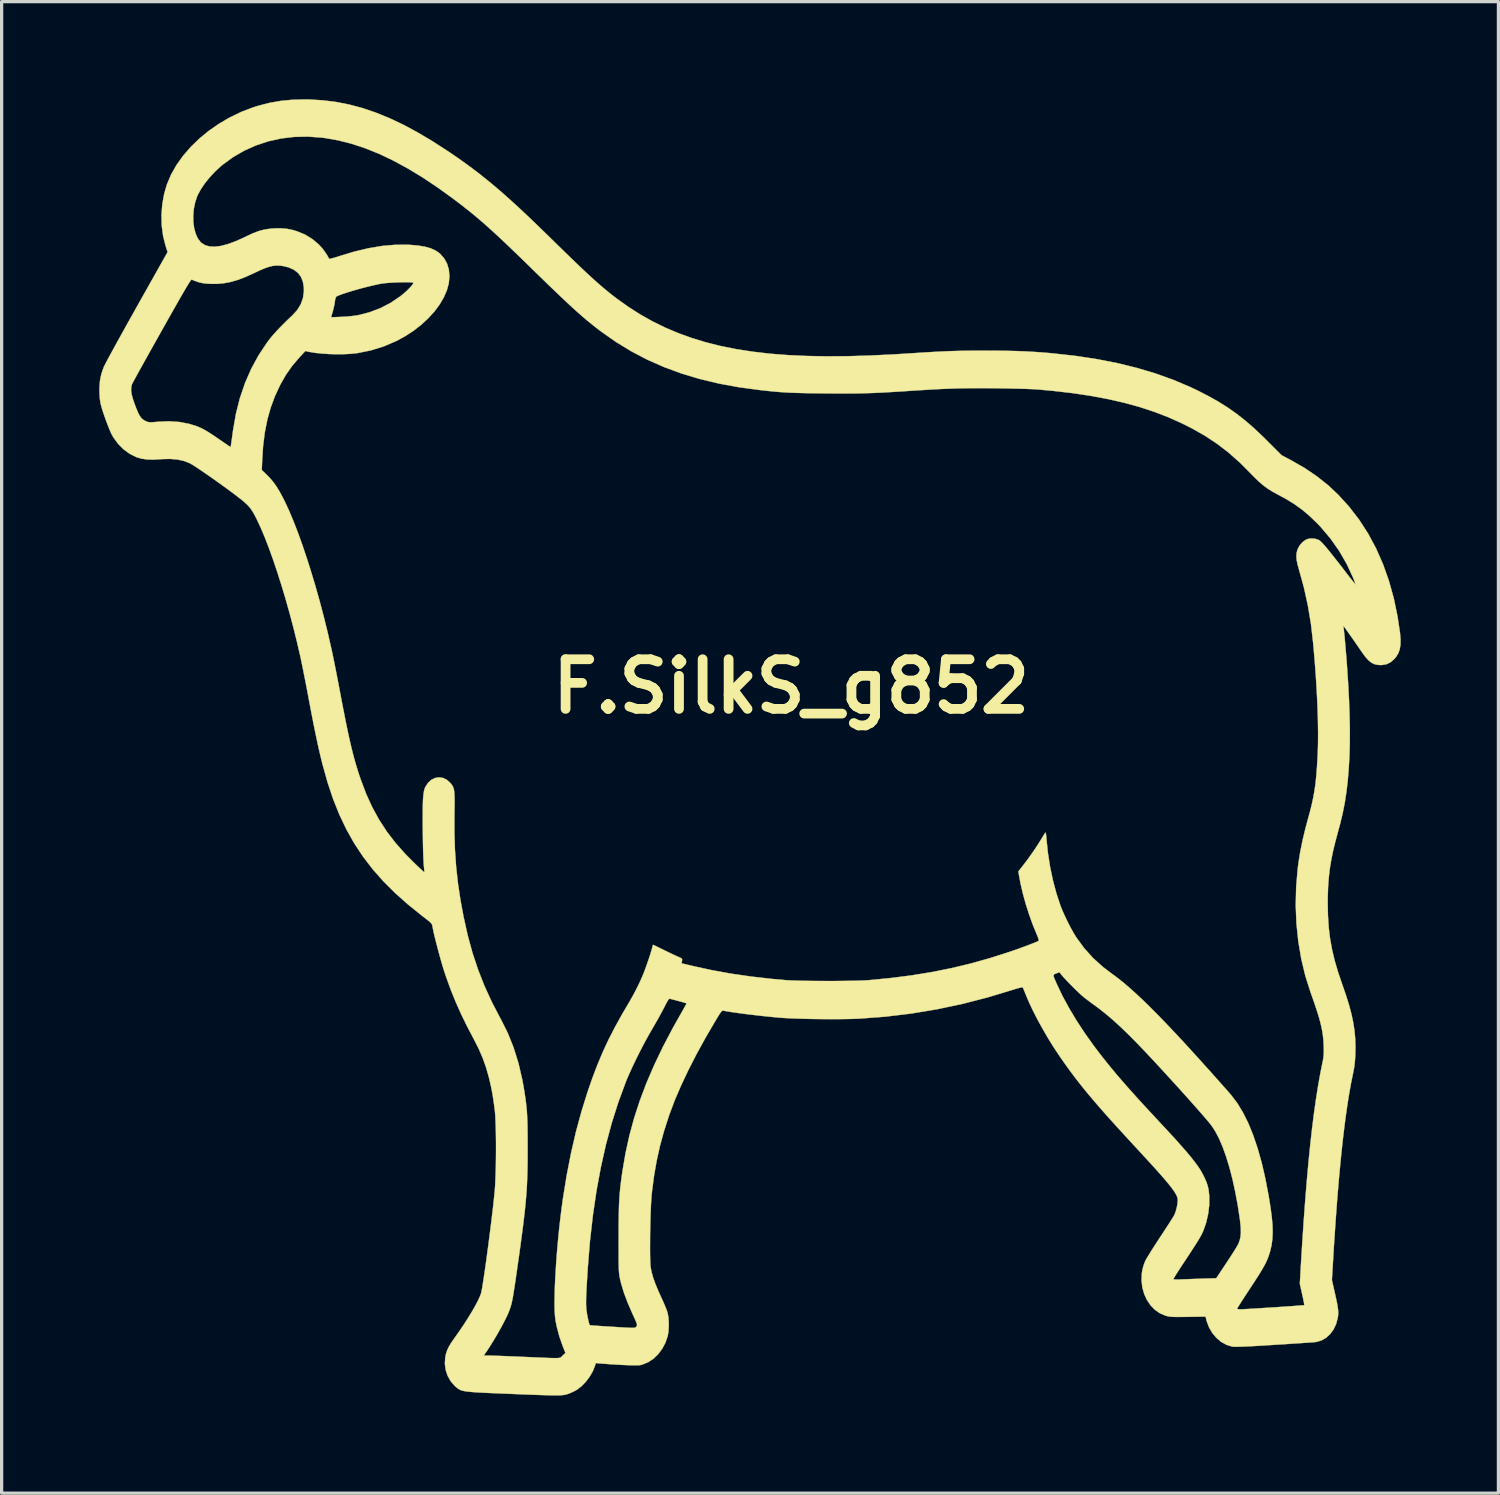
<source format=kicad_pcb>
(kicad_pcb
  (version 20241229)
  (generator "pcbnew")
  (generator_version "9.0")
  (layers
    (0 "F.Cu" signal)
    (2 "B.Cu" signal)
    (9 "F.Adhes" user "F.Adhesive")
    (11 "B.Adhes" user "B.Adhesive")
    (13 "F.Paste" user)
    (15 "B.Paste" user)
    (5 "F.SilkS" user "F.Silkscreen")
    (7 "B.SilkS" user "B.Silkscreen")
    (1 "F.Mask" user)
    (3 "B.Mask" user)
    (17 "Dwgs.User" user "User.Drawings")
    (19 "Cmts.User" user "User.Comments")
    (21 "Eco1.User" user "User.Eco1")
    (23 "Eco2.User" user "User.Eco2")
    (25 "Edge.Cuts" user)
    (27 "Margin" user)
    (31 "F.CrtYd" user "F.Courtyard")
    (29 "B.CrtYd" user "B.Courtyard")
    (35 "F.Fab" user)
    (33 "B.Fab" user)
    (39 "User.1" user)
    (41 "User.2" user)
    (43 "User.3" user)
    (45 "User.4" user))
  (footprint "F.SilkS_g852"
    (layer "F.Cu")
    (at 21.254 18.035)
    (property "Reference" "F.SilkS_g852" (at 0 0 0) (layer "F.SilkS") (effects (font (size 1.524 1.524) (thickness 0.3))))
    (attr through_hole)
    (fp_poly (pts (xy -14.786 -18.028) (xy -14.379 -18.003) (xy -13.975 -17.952) (xy -13.573 -17.873) (xy -13.17 -17.765) (xy -12.763 -17.627) (xy -12.349 -17.459) (xy -11.925 -17.259) (xy -11.489 -17.025) (xy -11.037 -16.758) (xy -10.568 -16.455) (xy -10.47 -16.39) (xy -10.227 -16.223) (xy -9.994 -16.057) (xy -9.767 -15.89) (xy -9.544 -15.719) (xy -9.321 -15.54) (xy -9.094 -15.352) (xy -8.86 -15.151) (xy -8.617 -14.934) (xy -8.36 -14.699) (xy -8.087 -14.443) (xy -7.794 -14.162) (xy -7.477 -13.855) (xy -7.271 -13.652) (xy -7.01 -13.397) (xy -6.775 -13.169) (xy -6.564 -12.966) (xy -6.374 -12.785) (xy -6.201 -12.624) (xy -6.043 -12.48) (xy -5.897 -12.35) (xy -5.759 -12.232) (xy -5.627 -12.123) (xy -5.498 -12.02) (xy -5.369 -11.921) (xy -5.345 -11.903) (xy -4.994 -11.653) (xy -4.634 -11.424) (xy -4.263 -11.215) (xy -3.878 -11.026) (xy -3.479 -10.856) (xy -3.063 -10.705) (xy -2.629 -10.572) (xy -2.174 -10.458) (xy -1.696 -10.362) (xy -1.195 -10.284) (xy -0.668 -10.222) (xy -0.113 -10.178) (xy 0.472 -10.151) (xy 1.088 -10.139) (xy 1.737 -10.144) (xy 2.421 -10.164) (xy 3.143 -10.199) (xy 3.535 -10.223) (xy 3.842 -10.243) (xy 4.114 -10.26) (xy 4.357 -10.274) (xy 4.577 -10.286) (xy 4.781 -10.295) (xy 4.974 -10.302) (xy 5.165 -10.307) (xy 5.358 -10.311) (xy 5.562 -10.313) (xy 5.781 -10.314) (xy 5.958 -10.314) (xy 6.305 -10.313) (xy 6.617 -10.309) (xy 6.903 -10.302) (xy 7.171 -10.292) (xy 7.43 -10.278) (xy 7.688 -10.261) (xy 7.952 -10.239) (xy 8.022 -10.232) (xy 8.722 -10.155) (xy 9.388 -10.054) (xy 10.022 -9.93) (xy 10.625 -9.782) (xy 11.199 -9.61) (xy 11.745 -9.414) (xy 12.267 -9.192) (xy 12.478 -9.092) (xy 12.813 -8.92) (xy 13.119 -8.748) (xy 13.403 -8.57) (xy 13.674 -8.379) (xy 13.939 -8.172) (xy 14.206 -7.941) (xy 14.482 -7.681) (xy 14.617 -7.547) (xy 15.064 -7.101) (xy 15.358 -6.945) (xy 15.77 -6.71) (xy 16.147 -6.454) (xy 16.496 -6.176) (xy 16.796 -5.895) (xy 17.135 -5.523) (xy 17.444 -5.123) (xy 17.72 -4.695) (xy 17.965 -4.239) (xy 18.178 -3.756) (xy 18.359 -3.245) (xy 18.509 -2.707) (xy 18.626 -2.141) (xy 18.7 -1.643) (xy 18.717 -1.444) (xy 18.714 -1.276) (xy 18.69 -1.133) (xy 18.643 -1.009) (xy 18.572 -0.897) (xy 18.53 -0.848) (xy 18.414 -0.745) (xy 18.285 -0.682) (xy 18.139 -0.657) (xy 18.108 -0.656) (xy 17.999 -0.664) (xy 17.903 -0.688) (xy 17.815 -0.734) (xy 17.728 -0.806) (xy 17.638 -0.907) (xy 17.539 -1.041) (xy 17.498 -1.101) (xy 17.447 -1.175) (xy 17.384 -1.267) (xy 17.313 -1.369) (xy 17.239 -1.475) (xy 17.165 -1.58) (xy 17.096 -1.676) (xy 17.037 -1.759) (xy 16.992 -1.821) (xy 16.964 -1.857) (xy 16.96 -1.863) (xy 16.956 -1.855) (xy 16.961 -1.831) (xy 16.968 -1.792) (xy 16.978 -1.716) (xy 16.989 -1.608) (xy 17.002 -1.473) (xy 17.016 -1.315) (xy 17.031 -1.139) (xy 17.047 -0.951) (xy 17.062 -0.755) (xy 17.07 -0.646) (xy 17.106 -0.111) (xy 17.133 0.396) (xy 17.15 0.874) (xy 17.159 1.32) (xy 17.158 1.729) (xy 17.148 2.101) (xy 17.147 2.138) (xy 17.124 2.537) (xy 17.094 2.903) (xy 17.054 3.244) (xy 17.004 3.568) (xy 16.942 3.883) (xy 16.867 4.198) (xy 16.806 4.424) (xy 16.717 4.755) (xy 16.643 5.057) (xy 16.586 5.34) (xy 16.542 5.611) (xy 16.511 5.881) (xy 16.491 6.159) (xy 16.481 6.453) (xy 16.479 6.646) (xy 16.487 7.036) (xy 16.51 7.399) (xy 16.552 7.747) (xy 16.614 8.09) (xy 16.697 8.436) (xy 16.804 8.795) (xy 16.923 9.145) (xy 17.037 9.474) (xy 17.131 9.774) (xy 17.205 10.05) (xy 17.261 10.31) (xy 17.3 10.558) (xy 17.323 10.803) (xy 17.332 11.049) (xy 17.329 11.26) (xy 17.321 11.435) (xy 17.309 11.581) (xy 17.291 11.714) (xy 17.265 11.847) (xy 17.262 11.864) (xy 17.191 12.212) (xy 17.123 12.599) (xy 17.058 13.025) (xy 16.995 13.492) (xy 16.935 13.998) (xy 16.878 14.545) (xy 16.823 15.132) (xy 16.77 15.76) (xy 16.721 16.43) (xy 16.673 17.142) (xy 16.645 17.611) (xy 16.608 18.235) (xy 16.698 18.632) (xy 16.737 18.806) (xy 16.766 18.946) (xy 16.786 19.058) (xy 16.798 19.15) (xy 16.802 19.227) (xy 16.8 19.297) (xy 16.792 19.367) (xy 16.786 19.402) (xy 16.737 19.587) (xy 16.658 19.752) (xy 16.554 19.894) (xy 16.429 20.008) (xy 16.287 20.09) (xy 16.131 20.135) (xy 16.102 20.139) (xy 16.06 20.143) (xy 15.981 20.149) (xy 15.867 20.157) (xy 15.724 20.167) (xy 15.557 20.178) (xy 15.368 20.19) (xy 15.163 20.204) (xy 14.946 20.217) (xy 14.824 20.225) (xy 14.552 20.242) (xy 14.319 20.256) (xy 14.122 20.267) (xy 13.959 20.275) (xy 13.827 20.28) (xy 13.722 20.283) (xy 13.643 20.284) (xy 13.585 20.282) (xy 13.546 20.278) (xy 13.543 20.277) (xy 13.37 20.224) (xy 13.207 20.134) (xy 13.061 20.011) (xy 12.935 19.861) (xy 12.834 19.688) (xy 12.762 19.498) (xy 12.756 19.473) (xy 12.727 19.357) (xy 12.185 19.365) (xy 12.017 19.367) (xy 11.885 19.368) (xy 11.783 19.367) (xy 11.704 19.364) (xy 11.642 19.359) (xy 11.591 19.352) (xy 11.545 19.341) (xy 11.497 19.328) (xy 11.497 19.328) (xy 11.323 19.254) (xy 11.168 19.145) (xy 11.035 19.007) (xy 10.925 18.844) (xy 10.841 18.66) (xy 10.785 18.461) (xy 10.761 18.25) (xy 10.769 18.034) (xy 10.781 17.954) (xy 10.805 17.85) (xy 10.838 17.742) (xy 10.873 17.652) (xy 10.875 17.647) (xy 10.902 17.597) (xy 10.949 17.518) (xy 11.013 17.414) (xy 11.09 17.291) (xy 11.178 17.154) (xy 11.272 17.008) (xy 11.329 16.921) (xy 11.425 16.776) (xy 11.515 16.637) (xy 11.597 16.512) (xy 11.666 16.403) (xy 11.72 16.317) (xy 11.756 16.258) (xy 11.768 16.237) (xy 11.805 16.144) (xy 11.838 16.028) (xy 11.862 15.907) (xy 11.874 15.798) (xy 11.874 15.779) (xy 11.87 15.734) (xy 11.856 15.683) (xy 11.831 15.625) (xy 11.794 15.557) (xy 11.741 15.478) (xy 11.673 15.385) (xy 11.586 15.276) (xy 11.48 15.149) (xy 11.353 15.003) (xy 11.203 14.834) (xy 11.028 14.641) (xy 10.827 14.422) (xy 10.599 14.175) (xy 10.595 14.171) (xy 10.302 13.853) (xy 10.036 13.562) (xy 9.794 13.295) (xy 9.574 13.048) (xy 9.374 12.818) (xy 9.191 12.603) (xy 9.021 12.398) (xy 8.863 12.201) (xy 8.714 12.009) (xy 8.571 11.818) (xy 8.432 11.626) (xy 8.293 11.428) (xy 8.227 11.332) (xy 8.054 11.071) (xy 7.884 10.796) (xy 7.721 10.515) (xy 7.567 10.236) (xy 7.429 9.966) (xy 7.309 9.713) (xy 7.212 9.484) (xy 7.207 9.471) (xy 7.172 9.383) (xy 7.141 9.309) (xy 7.119 9.259) (xy 7.11 9.243) (xy 7.086 9.242) (xy 7.029 9.254) (xy 6.949 9.275) (xy 6.852 9.304) (xy 6.834 9.31) (xy 6.037 9.551) (xy 5.25 9.754) (xy 4.467 9.919) (xy 3.681 10.049) (xy 2.888 10.144) (xy 2.098 10.204) (xy 1.925 10.211) (xy 1.72 10.216) (xy 1.491 10.219) (xy 1.245 10.22) (xy 0.988 10.219) (xy 0.729 10.216) (xy 0.474 10.211) (xy 0.231 10.204) (xy 0.008 10.196) (xy -0.19 10.186) (xy -0.353 10.175) (xy -0.381 10.173) (xy -0.594 10.152) (xy -0.815 10.13) (xy -1.037 10.105) (xy -1.255 10.08) (xy -1.463 10.054) (xy -1.655 10.028) (xy -1.824 10.004) (xy -1.964 9.982) (xy -2.07 9.962) (xy -2.089 9.958) (xy -2.109 9.959) (xy -2.131 9.972) (xy -2.159 10.003) (xy -2.197 10.056) (xy -2.248 10.138) (xy -2.303 10.229) (xy -2.62 10.77) (xy -2.904 11.286) (xy -3.157 11.779) (xy -3.379 12.249) (xy -3.572 12.697) (xy -3.734 13.126) (xy -3.765 13.215) (xy -3.911 13.67) (xy -4.032 14.114) (xy -4.131 14.56) (xy -4.212 15.018) (xy -4.275 15.502) (xy -4.288 15.621) (xy -4.297 15.736) (xy -4.306 15.881) (xy -4.314 16.052) (xy -4.321 16.24) (xy -4.327 16.442) (xy -4.331 16.651) (xy -4.335 16.86) (xy -4.336 17.065) (xy -4.337 17.259) (xy -4.336 17.436) (xy -4.333 17.591) (xy -4.328 17.716) (xy -4.322 17.808) (xy -4.32 17.829) (xy -4.291 17.982) (xy -4.244 18.152) (xy -4.176 18.343) (xy -4.086 18.561) (xy -3.991 18.77) (xy -3.936 18.891) (xy -3.885 19.01) (xy -3.841 19.117) (xy -3.81 19.202) (xy -3.798 19.241) (xy -3.774 19.368) (xy -3.762 19.519) (xy -3.762 19.679) (xy -3.773 19.832) (xy -3.796 19.96) (xy -3.867 20.165) (xy -3.967 20.351) (xy -4.091 20.516) (xy -4.236 20.653) (xy -4.397 20.759) (xy -4.571 20.83) (xy -4.646 20.848) (xy -4.699 20.852) (xy -4.788 20.853) (xy -4.908 20.852) (xy -5.052 20.847) (xy -5.214 20.84) (xy -5.388 20.83) (xy -5.569 20.819) (xy -5.75 20.805) (xy -5.865 20.796) (xy -6.004 20.784) (xy -6.031 20.875) (xy -6.095 21.036) (xy -6.19 21.2) (xy -6.307 21.356) (xy -6.438 21.492) (xy -6.575 21.599) (xy -6.595 21.611) (xy -6.686 21.659) (xy -6.789 21.706) (xy -6.857 21.732) (xy -6.892 21.744) (xy -6.929 21.753) (xy -6.97 21.761) (xy -7.018 21.768) (xy -7.076 21.772) (xy -7.148 21.775) (xy -7.236 21.776) (xy -7.343 21.775) (xy -7.472 21.773) (xy -7.626 21.768) (xy -7.809 21.762) (xy -8.023 21.754) (xy -8.271 21.745) (xy -8.556 21.733) (xy -8.769 21.724) (xy -9.042 21.713) (xy -9.277 21.703) (xy -9.476 21.694) (xy -9.644 21.685) (xy -9.783 21.675) (xy -9.897 21.665) (xy -9.99 21.654) (xy -10.064 21.64) (xy -10.125 21.625) (xy -10.174 21.606) (xy -10.215 21.583) (xy -10.253 21.557) (xy -10.29 21.526) (xy -10.33 21.49) (xy -10.339 21.481) (xy -10.46 21.343) (xy -10.552 21.179) (xy -10.613 20.998) (xy -10.639 20.807) (xy -10.628 20.617) (xy -10.605 20.502) (xy -10.569 20.393) (xy -10.517 20.283) (xy -10.445 20.162) (xy -10.347 20.02) (xy -10.343 20.016) (xy -10.196 19.807) (xy -10.055 19.599) (xy -9.925 19.396) (xy -9.807 19.203) (xy -9.705 19.025) (xy -9.622 18.866) (xy -9.56 18.732) (xy -9.529 18.648) (xy -9.516 18.594) (xy -9.498 18.502) (xy -9.477 18.376) (xy -9.453 18.221) (xy -9.426 18.041) (xy -9.397 17.84) (xy -9.366 17.622) (xy -9.335 17.392) (xy -9.303 17.153) (xy -9.272 16.91) (xy -9.241 16.668) (xy -9.211 16.43) (xy -9.184 16.2) (xy -9.158 15.983) (xy -9.136 15.783) (xy -9.118 15.605) (xy -9.108 15.505) (xy -9.096 15.35) (xy -9.087 15.166) (xy -9.079 14.958) (xy -9.073 14.733) (xy -9.07 14.497) (xy -9.068 14.256) (xy -9.068 14.016) (xy -9.071 13.784) (xy -9.075 13.565) (xy -9.082 13.367) (xy -9.09 13.195) (xy -9.101 13.056) (xy -9.108 12.996) (xy -9.137 12.78) (xy -9.165 12.594) (xy -9.194 12.426) (xy -9.227 12.265) (xy -9.265 12.099) (xy -9.292 11.989) (xy -9.376 11.696) (xy -9.475 11.418) (xy -9.594 11.141) (xy -9.74 10.852) (xy -9.748 10.837) (xy -9.958 10.437) (xy -10.143 10.057) (xy -10.308 9.688) (xy -10.457 9.319) (xy -10.595 8.94) (xy -10.648 8.782) (xy -10.688 8.657) (xy -10.732 8.509) (xy -10.779 8.344) (xy -10.827 8.17) (xy -10.874 7.995) (xy -10.917 7.826) (xy -10.956 7.67) (xy -10.987 7.535) (xy -11.009 7.428) (xy -11.018 7.378) (xy -11.024 7.343) (xy -11.034 7.312) (xy -11.053 7.283) (xy -11.085 7.248) (xy -11.135 7.204) (xy -11.209 7.146) (xy -11.31 7.068) (xy -11.332 7.051) (xy -11.771 6.698) (xy -12.171 6.342) (xy -12.534 5.979) (xy -12.863 5.606) (xy -13.159 5.219) (xy -13.426 4.814) (xy -13.665 4.389) (xy -13.879 3.939) (xy -14.071 3.46) (xy -14.241 2.95) (xy -14.394 2.405) (xy -14.411 2.338) (xy -14.459 2.142) (xy -14.508 1.932) (xy -14.558 1.706) (xy -14.61 1.458) (xy -14.666 1.185) (xy -14.725 0.883) (xy -14.79 0.546) (xy -14.849 0.231) (xy -14.886 0.034) (xy -14.926 -0.17) (xy -14.966 -0.372) (xy -15.004 -0.564) (xy -15.04 -0.737) (xy -15.07 -0.881) (xy -15.083 -0.942) (xy -15.185 -1.381) (xy -15.295 -1.822) (xy -15.411 -2.259) (xy -15.532 -2.688) (xy -15.657 -3.106) (xy -15.785 -3.507) (xy -15.913 -3.888) (xy -16.041 -4.244) (xy -16.167 -4.571) (xy -16.291 -4.865) (xy -16.407 -5.115) (xy -16.482 -5.263) (xy -16.549 -5.38) (xy -16.616 -5.477) (xy -16.691 -5.563) (xy -16.78 -5.647) (xy -16.891 -5.74) (xy -16.907 -5.753) (xy -17.024 -5.843) (xy -17.159 -5.946) (xy -17.309 -6.057) (xy -17.468 -6.172) (xy -17.632 -6.29) (xy -17.794 -6.405) (xy -17.952 -6.515) (xy -18.099 -6.616) (xy -18.231 -6.704) (xy -18.342 -6.777) (xy -18.429 -6.831) (xy -18.477 -6.857) (xy -18.651 -6.925) (xy -18.854 -6.97) (xy -19.081 -6.989) (xy -19.323 -6.983) (xy -19.367 -6.98) (xy -19.596 -6.966) (xy -19.794 -6.972) (xy -19.967 -6.999) (xy -20.119 -7.045) (xy -20.322 -7.147) (xy -20.51 -7.284) (xy -20.678 -7.454) (xy -20.822 -7.652) (xy -20.859 -7.715) (xy -20.899 -7.795) (xy -20.947 -7.907) (xy -20.999 -8.04) (xy -21.054 -8.185) (xy -21.106 -8.332) (xy -21.153 -8.472) (xy -21.19 -8.596) (xy -21.215 -8.693) (xy -21.218 -8.704) (xy -21.239 -8.855) (xy -21.249 -9.029) (xy -21.249 -9.093) (xy -20.277 -9.093) (xy -20.261 -8.975) (xy -20.223 -8.833) (xy -20.18 -8.706) (xy -20.121 -8.548) (xy -20.07 -8.425) (xy -20.024 -8.332) (xy -19.978 -8.262) (xy -19.929 -8.211) (xy -19.873 -8.172) (xy -19.807 -8.139) (xy -19.803 -8.138) (xy -19.764 -8.124) (xy -19.722 -8.116) (xy -19.67 -8.113) (xy -19.596 -8.117) (xy -19.493 -8.126) (xy -19.457 -8.129) (xy -19.115 -8.145) (xy -18.791 -8.123) (xy -18.484 -8.063) (xy -18.28 -7.999) (xy -18.193 -7.965) (xy -18.108 -7.926) (xy -18.018 -7.879) (xy -17.917 -7.82) (xy -17.8 -7.745) (xy -17.66 -7.651) (xy -17.526 -7.559) (xy -17.219 -7.347) (xy -17.204 -7.446) (xy -17.196 -7.503) (xy -17.183 -7.592) (xy -17.168 -7.701) (xy -17.152 -7.82) (xy -17.146 -7.863) (xy -17.058 -8.37) (xy -16.936 -8.854) (xy -16.779 -9.316) (xy -16.588 -9.754) (xy -16.364 -10.167) (xy -16.106 -10.555) (xy -16.013 -10.679) (xy -15.916 -10.796) (xy -15.793 -10.932) (xy -15.651 -11.08) (xy -15.498 -11.232) (xy -15.385 -11.339) (xy -14.135 -11.339) (xy -13.814 -11.352) (xy -13.669 -11.36) (xy -13.523 -11.373) (xy -13.39 -11.39) (xy -13.29 -11.406) (xy -12.941 -11.497) (xy -12.61 -11.624) (xy -12.299 -11.786) (xy -12.014 -11.979) (xy -11.891 -12.079) (xy -11.802 -12.159) (xy -11.725 -12.236) (xy -11.663 -12.304) (xy -11.622 -12.358) (xy -11.607 -12.392) (xy -11.609 -12.399) (xy -11.639 -12.408) (xy -11.704 -12.413) (xy -11.795 -12.416) (xy -11.908 -12.416) (xy -12.032 -12.413) (xy -12.162 -12.409) (xy -12.29 -12.402) (xy -12.409 -12.394) (xy -12.51 -12.384) (xy -12.583 -12.374) (xy -12.72 -12.347) (xy -12.872 -12.312) (xy -13.034 -12.273) (xy -13.2 -12.23) (xy -13.364 -12.184) (xy -13.52 -12.139) (xy -13.663 -12.094) (xy -13.786 -12.053) (xy -13.884 -12.017) (xy -13.951 -11.987) (xy -13.978 -11.969) (xy -13.995 -11.934) (xy -14.011 -11.872) (xy -14.019 -11.818) (xy -14.031 -11.737) (xy -14.053 -11.635) (xy -14.079 -11.533) (xy -14.083 -11.517) (xy -14.135 -11.339) (xy -15.385 -11.339) (xy -15.341 -11.381) (xy -15.322 -11.399) (xy -15.175 -11.56) (xy -15.067 -11.736) (xy -14.998 -11.927) (xy -14.969 -12.133) (xy -14.971 -12.257) (xy -15 -12.433) (xy -15.06 -12.583) (xy -15.154 -12.706) (xy -15.281 -12.802) (xy -15.441 -12.873) (xy -15.6 -12.912) (xy -15.711 -12.927) (xy -15.816 -12.93) (xy -15.924 -12.918) (xy -16.04 -12.89) (xy -16.171 -12.845) (xy -16.325 -12.78) (xy -16.507 -12.694) (xy -16.51 -12.693) (xy -16.765 -12.577) (xy -16.998 -12.488) (xy -17.216 -12.425) (xy -17.426 -12.385) (xy -17.636 -12.366) (xy -17.822 -12.366) (xy -17.971 -12.374) (xy -18.094 -12.391) (xy -18.209 -12.419) (xy -18.333 -12.463) (xy -18.416 -12.497) (xy -18.426 -12.492) (xy -18.444 -12.472) (xy -18.472 -12.433) (xy -18.509 -12.375) (xy -18.558 -12.295) (xy -18.62 -12.192) (xy -18.695 -12.063) (xy -18.785 -11.907) (xy -18.89 -11.722) (xy -19.013 -11.505) (xy -19.154 -11.256) (xy -19.314 -10.971) (xy -19.337 -10.931) (xy -19.471 -10.691) (xy -19.6 -10.461) (xy -19.722 -10.243) (xy -19.835 -10.04) (xy -19.938 -9.855) (xy -20.029 -9.692) (xy -20.106 -9.551) (xy -20.168 -9.437) (xy -20.214 -9.353) (xy -20.242 -9.3) (xy -20.25 -9.284) (xy -20.273 -9.194) (xy -20.277 -9.093) (xy -21.249 -9.093) (xy -21.248 -9.21) (xy -21.234 -9.379) (xy -21.218 -9.478) (xy -21.193 -9.581) (xy -21.157 -9.699) (xy -21.118 -9.805) (xy -21.116 -9.811) (xy -21.096 -9.854) (xy -21.056 -9.931) (xy -20.998 -10.04) (xy -20.925 -10.176) (xy -20.837 -10.337) (xy -20.737 -10.521) (xy -20.625 -10.723) (xy -20.503 -10.942) (xy -20.374 -11.175) (xy -20.238 -11.417) (xy -20.102 -11.661) (xy -19.156 -13.342) (xy -19.218 -13.536) (xy -19.294 -13.836) (xy -19.336 -14.154) (xy -19.343 -14.461) (xy -18.369 -14.461) (xy -18.365 -14.266) (xy -18.341 -14.082) (xy -18.296 -13.914) (xy -18.233 -13.77) (xy -18.15 -13.656) (xy -18.116 -13.624) (xy -18.003 -13.553) (xy -17.866 -13.514) (xy -17.703 -13.507) (xy -17.516 -13.531) (xy -17.302 -13.588) (xy -17.062 -13.676) (xy -16.795 -13.796) (xy -16.727 -13.83) (xy -16.527 -13.923) (xy -16.345 -13.991) (xy -16.169 -14.036) (xy -15.989 -14.062) (xy -15.873 -14.07) (xy -15.672 -14.072) (xy -15.493 -14.057) (xy -15.319 -14.022) (xy -15.177 -13.979) (xy -14.93 -13.877) (xy -14.706 -13.739) (xy -14.507 -13.57) (xy -14.414 -13.468) (xy -14.356 -13.394) (xy -14.298 -13.311) (xy -14.246 -13.23) (xy -14.209 -13.163) (xy -14.196 -13.135) (xy -14.175 -13.134) (xy -14.121 -13.146) (xy -14.041 -13.167) (xy -13.942 -13.197) (xy -13.884 -13.216) (xy -13.422 -13.356) (xy -12.982 -13.461) (xy -12.561 -13.531) (xy -12.159 -13.566) (xy -11.772 -13.567) (xy -11.711 -13.564) (xy -11.462 -13.542) (xy -11.249 -13.507) (xy -11.071 -13.456) (xy -10.923 -13.389) (xy -10.804 -13.306) (xy -10.789 -13.293) (xy -10.662 -13.15) (xy -10.571 -12.986) (xy -10.517 -12.801) (xy -10.499 -12.594) (xy -10.499 -12.593) (xy -10.519 -12.383) (xy -10.578 -12.167) (xy -10.673 -11.949) (xy -10.801 -11.731) (xy -10.961 -11.516) (xy -11.15 -11.308) (xy -11.364 -11.11) (xy -11.602 -10.925) (xy -11.86 -10.757) (xy -12.137 -10.607) (xy -12.139 -10.606) (xy -12.519 -10.444) (xy -12.914 -10.322) (xy -13.324 -10.239) (xy -13.359 -10.234) (xy -13.539 -10.216) (xy -13.745 -10.206) (xy -13.966 -10.204) (xy -14.192 -10.21) (xy -14.411 -10.224) (xy -14.614 -10.245) (xy -14.79 -10.274) (xy -14.844 -10.285) (xy -14.923 -10.304) (xy -15.104 -10.11) (xy -15.327 -9.849) (xy -15.521 -9.573) (xy -15.694 -9.27) (xy -15.855 -8.925) (xy -15.988 -8.569) (xy -16.092 -8.198) (xy -16.17 -7.806) (xy -16.222 -7.389) (xy -16.249 -6.98) (xy -16.263 -6.648) (xy -16.093 -6.483) (xy -15.989 -6.374) (xy -15.894 -6.258) (xy -15.802 -6.127) (xy -15.71 -5.974) (xy -15.612 -5.792) (xy -15.547 -5.662) (xy -15.419 -5.385) (xy -15.287 -5.07) (xy -15.152 -4.722) (xy -15.016 -4.344) (xy -14.88 -3.941) (xy -14.746 -3.517) (xy -14.614 -3.077) (xy -14.486 -2.624) (xy -14.364 -2.163) (xy -14.249 -1.698) (xy -14.142 -1.233) (xy -14.11 -1.09) (xy -14.082 -0.957) (xy -14.048 -0.792) (xy -14.01 -0.603) (xy -13.97 -0.401) (xy -13.93 -0.194) (xy -13.891 0.008) (xy -13.875 0.095) (xy -13.806 0.46) (xy -13.742 0.788) (xy -13.684 1.081) (xy -13.63 1.344) (xy -13.578 1.582) (xy -13.529 1.797) (xy -13.481 1.994) (xy -13.434 2.177) (xy -13.386 2.35) (xy -13.336 2.516) (xy -13.284 2.681) (xy -13.228 2.846) (xy -13.224 2.857) (xy -13.057 3.301) (xy -12.869 3.712) (xy -12.658 4.097) (xy -12.42 4.462) (xy -12.149 4.814) (xy -11.844 5.157) (xy -11.584 5.418) (xy -11.49 5.508) (xy -11.408 5.586) (xy -11.34 5.648) (xy -11.293 5.691) (xy -11.27 5.709) (xy -11.269 5.709) (xy -11.269 5.687) (xy -11.273 5.633) (xy -11.28 5.556) (xy -11.284 5.514) (xy -11.291 5.429) (xy -11.297 5.309) (xy -11.303 5.16) (xy -11.308 4.987) (xy -11.312 4.798) (xy -11.315 4.598) (xy -11.317 4.394) (xy -11.319 4.193) (xy -11.319 4.001) (xy -11.318 3.824) (xy -11.316 3.668) (xy -11.313 3.541) (xy -11.308 3.448) (xy -11.308 3.439) (xy -11.296 3.317) (xy -11.283 3.226) (xy -11.266 3.157) (xy -11.243 3.098) (xy -11.234 3.079) (xy -11.151 2.956) (xy -11.051 2.866) (xy -10.938 2.812) (xy -10.818 2.793) (xy -10.697 2.811) (xy -10.581 2.866) (xy -10.475 2.959) (xy -10.471 2.965) (xy -10.434 3.009) (xy -10.405 3.053) (xy -10.382 3.099) (xy -10.364 3.155) (xy -10.352 3.223) (xy -10.345 3.31) (xy -10.341 3.42) (xy -10.34 3.558) (xy -10.342 3.729) (xy -10.345 3.908) (xy -10.346 4.472) (xy -10.33 5.008) (xy -10.294 5.528) (xy -10.238 6.042) (xy -10.16 6.562) (xy -10.064 7.08) (xy -9.937 7.648) (xy -9.79 8.186) (xy -9.619 8.701) (xy -9.422 9.202) (xy -9.195 9.696) (xy -8.937 10.192) (xy -8.914 10.232) (xy -8.706 10.648) (xy -8.528 11.093) (xy -8.38 11.567) (xy -8.263 12.069) (xy -8.223 12.287) (xy -8.194 12.46) (xy -8.171 12.614) (xy -8.151 12.757) (xy -8.135 12.895) (xy -8.122 13.033) (xy -8.113 13.177) (xy -8.106 13.334) (xy -8.101 13.509) (xy -8.099 13.709) (xy -8.097 13.94) (xy -8.097 14.192) (xy -8.097 14.44) (xy -8.099 14.668) (xy -8.103 14.882) (xy -8.109 15.085) (xy -8.117 15.283) (xy -8.128 15.479) (xy -8.143 15.678) (xy -8.161 15.885) (xy -8.183 16.104) (xy -8.21 16.339) (xy -8.241 16.595) (xy -8.278 16.877) (xy -8.32 17.188) (xy -8.368 17.534) (xy -8.405 17.791) (xy -8.441 18.045) (xy -8.472 18.262) (xy -8.5 18.445) (xy -8.524 18.598) (xy -8.545 18.726) (xy -8.565 18.833) (xy -8.584 18.922) (xy -8.603 18.998) (xy -8.623 19.066) (xy -8.644 19.128) (xy -8.667 19.189) (xy -8.683 19.23) (xy -8.742 19.363) (xy -8.822 19.521) (xy -8.916 19.698) (xy -9.02 19.883) (xy -9.13 20.07) (xy -9.241 20.249) (xy -9.347 20.412) (xy -9.412 20.505) (xy -9.445 20.553) (xy -9.268 20.555) (xy -9.208 20.556) (xy -9.111 20.559) (xy -8.983 20.563) (xy -8.83 20.569) (xy -8.657 20.576) (xy -8.471 20.583) (xy -8.277 20.592) (xy -8.223 20.594) (xy -7.978 20.605) (xy -7.772 20.614) (xy -7.601 20.621) (xy -7.461 20.627) (xy -7.35 20.63) (xy -7.263 20.632) (xy -7.197 20.631) (xy -7.148 20.628) (xy -7.114 20.623) (xy -7.089 20.615) (xy -7.071 20.604) (xy -7.056 20.591) (xy -7.041 20.574) (xy -7.023 20.556) (xy -6.935 20.474) (xy -7.022 20.254) (xy -7.122 19.967) (xy -7.203 19.662) (xy -7.242 19.463) (xy -7.257 19.335) (xy -7.267 19.169) (xy -7.27 18.969) (xy -7.27 18.938) (xy -6.302 18.938) (xy -6.3 19.023) (xy -6.296 19.096) (xy -6.289 19.162) (xy -6.287 19.177) (xy -6.271 19.283) (xy -6.251 19.388) (xy -6.231 19.482) (xy -6.211 19.559) (xy -6.194 19.608) (xy -6.183 19.623) (xy -6.147 19.626) (xy -6.076 19.632) (xy -5.976 19.639) (xy -5.854 19.647) (xy -5.717 19.656) (xy -5.573 19.665) (xy -5.427 19.674) (xy -5.287 19.683) (xy -5.159 19.691) (xy -5.051 19.697) (xy -4.969 19.701) (xy -4.92 19.703) (xy -4.916 19.703) (xy -4.842 19.703) (xy -4.796 19.696) (xy -4.768 19.678) (xy -4.752 19.657) (xy -4.741 19.637) (xy -4.737 19.614) (xy -4.742 19.583) (xy -4.757 19.537) (xy -4.785 19.47) (xy -4.827 19.375) (xy -4.876 19.27) (xy -5.021 18.936) (xy -5.137 18.629) (xy -5.223 18.346) (xy -5.253 18.223) (xy -5.264 18.172) (xy -5.273 18.124) (xy -5.281 18.076) (xy -5.287 18.024) (xy -5.292 17.962) (xy -5.296 17.887) (xy -5.298 17.794) (xy -5.3 17.68) (xy -5.301 17.54) (xy -5.301 17.37) (xy -5.302 17.166) (xy -5.301 16.944) (xy -5.301 16.665) (xy -5.299 16.423) (xy -5.296 16.211) (xy -5.292 16.024) (xy -5.286 15.857) (xy -5.277 15.702) (xy -5.266 15.555) (xy -5.252 15.409) (xy -5.235 15.258) (xy -5.214 15.098) (xy -5.189 14.921) (xy -5.184 14.891) (xy -5.091 14.342) (xy -4.972 13.801) (xy -4.826 13.262) (xy -4.651 12.724) (xy -4.446 12.181) (xy -4.209 11.63) (xy -3.939 11.067) (xy -3.636 10.49) (xy -3.41 10.089) (xy -3.349 9.982) (xy -3.296 9.887) (xy -3.254 9.811) (xy -3.226 9.76) (xy -3.217 9.74) (xy -3.226 9.733) (xy -3.256 9.721) (xy -3.311 9.705) (xy -3.393 9.681) (xy -3.508 9.651) (xy -3.658 9.612) (xy -3.729 9.593) (xy -3.748 9.598) (xy -3.773 9.624) (xy -3.807 9.676) (xy -3.852 9.759) (xy -3.902 9.857) (xy -3.958 9.965) (xy -4.03 10.098) (xy -4.11 10.243) (xy -4.194 10.389) (xy -4.264 10.51) (xy -4.384 10.718) (xy -4.51 10.949) (xy -4.637 11.192) (xy -4.761 11.44) (xy -4.877 11.681) (xy -4.98 11.908) (xy -5.066 12.109) (xy -5.078 12.141) (xy -5.306 12.758) (xy -5.511 13.401) (xy -5.691 14.071) (xy -5.848 14.77) (xy -5.983 15.5) (xy -6.094 16.261) (xy -6.184 17.055) (xy -6.251 17.885) (xy -6.253 17.928) (xy -6.269 18.177) (xy -6.282 18.388) (xy -6.291 18.565) (xy -6.298 18.713) (xy -6.301 18.836) (xy -6.302 18.938) (xy -7.27 18.938) (xy -7.268 18.74) (xy -7.262 18.485) (xy -7.25 18.209) (xy -7.233 17.916) (xy -7.213 17.609) (xy -7.188 17.293) (xy -7.159 16.972) (xy -7.127 16.65) (xy -7.091 16.331) (xy -7.052 16.02) (xy -7.015 15.748) (xy -6.899 15.028) (xy -6.765 14.341) (xy -6.613 13.682) (xy -6.44 13.046) (xy -6.256 12.457) (xy -6.104 12.018) (xy -5.949 11.612) (xy -5.787 11.227) (xy -5.613 10.853) (xy -5.422 10.48) (xy -5.21 10.096) (xy -5.077 9.869) (xy -4.959 9.668) (xy -4.86 9.493) (xy -4.775 9.334) (xy -4.7 9.185) (xy -4.63 9.034) (xy -4.566 8.889) (xy -4.526 8.791) (xy -4.481 8.67) (xy -4.433 8.536) (xy -4.385 8.398) (xy -4.341 8.265) (xy -4.304 8.147) (xy -4.277 8.053) (xy -4.265 8.006) (xy -4.254 7.96) (xy -4.244 7.938) (xy -4.243 7.938) (xy -4.223 7.946) (xy -4.17 7.971) (xy -4.093 8.008) (xy -3.998 8.055) (xy -3.922 8.092) (xy -3.805 8.149) (xy -3.689 8.205) (xy -3.585 8.253) (xy -3.504 8.291) (xy -3.476 8.303) (xy -3.406 8.334) (xy -3.367 8.357) (xy -3.352 8.38) (xy -3.352 8.411) (xy -3.356 8.433) (xy -3.369 8.505) (xy -3.01 8.591) (xy -2.442 8.715) (xy -1.85 8.822) (xy -1.228 8.912) (xy -0.574 8.986) (xy -0.18 9.021) (xy -0.06 9.029) (xy 0.095 9.035) (xy 0.28 9.04) (xy 0.488 9.044) (xy 0.712 9.047) (xy 0.947 9.048) (xy 1.186 9.049) (xy 1.423 9.048) (xy 1.651 9.045) (xy 1.865 9.042) (xy 2.058 9.038) (xy 2.224 9.032) (xy 2.357 9.025) (xy 2.402 9.021) (xy 3.075 8.955) (xy 3.716 8.873) (xy 3.75 8.867) (xy 8.058 8.867) (xy 8.059 8.899) (xy 8.075 8.95) (xy 8.107 9.026) (xy 8.154 9.133) (xy 8.164 9.155) (xy 8.334 9.512) (xy 8.538 9.887) (xy 8.77 10.274) (xy 9.029 10.667) (xy 9.31 11.06) (xy 9.541 11.363) (xy 9.696 11.557) (xy 9.853 11.75) (xy 10.016 11.945) (xy 10.189 12.146) (xy 10.374 12.356) (xy 10.576 12.582) (xy 10.797 12.825) (xy 11.043 13.091) (xy 11.25 13.314) (xy 11.483 13.564) (xy 11.688 13.786) (xy 11.867 13.983) (xy 12.023 14.159) (xy 12.158 14.314) (xy 12.274 14.453) (xy 12.373 14.577) (xy 12.457 14.69) (xy 12.529 14.793) (xy 12.59 14.89) (xy 12.642 14.983) (xy 12.688 15.075) (xy 12.7 15.1) (xy 12.756 15.23) (xy 12.794 15.346) (xy 12.82 15.463) (xy 12.836 15.599) (xy 12.841 15.67) (xy 12.84 15.932) (xy 12.807 16.204) (xy 12.744 16.475) (xy 12.662 16.711) (xy 12.636 16.77) (xy 12.605 16.834) (xy 12.566 16.905) (xy 12.517 16.989) (xy 12.456 17.089) (xy 12.38 17.208) (xy 12.287 17.351) (xy 12.175 17.522) (xy 12.046 17.716) (xy 11.963 17.842) (xy 11.889 17.957) (xy 11.826 18.055) (xy 11.779 18.134) (xy 11.749 18.186) (xy 11.74 18.209) (xy 11.74 18.209) (xy 11.765 18.215) (xy 11.823 18.219) (xy 11.904 18.218) (xy 11.988 18.215) (xy 12.088 18.211) (xy 12.218 18.206) (xy 12.366 18.2) (xy 12.519 18.195) (xy 12.64 18.191) (xy 13.056 18.178) (xy 13.375 17.698) (xy 13.462 17.566) (xy 13.543 17.441) (xy 13.615 17.328) (xy 13.673 17.232) (xy 13.715 17.161) (xy 13.736 17.121) (xy 13.776 17.013) (xy 13.802 16.9) (xy 13.812 16.774) (xy 13.809 16.628) (xy 13.792 16.453) (xy 13.782 16.371) (xy 13.716 15.939) (xy 13.64 15.529) (xy 13.556 15.143) (xy 13.463 14.784) (xy 13.363 14.454) (xy 13.257 14.157) (xy 13.145 13.894) (xy 13.027 13.668) (xy 12.919 13.501) (xy 12.87 13.438) (xy 12.795 13.347) (xy 12.696 13.231) (xy 12.577 13.093) (xy 12.439 12.937) (xy 12.287 12.765) (xy 12.122 12.58) (xy 11.947 12.386) (xy 11.765 12.186) (xy 11.579 11.982) (xy 11.392 11.778) (xy 11.206 11.576) (xy 11.023 11.38) (xy 10.918 11.268) (xy 10.637 10.973) (xy 10.378 10.711) (xy 10.137 10.478) (xy 9.912 10.271) (xy 9.7 10.089) (xy 9.498 9.927) (xy 9.356 9.821) (xy 9.252 9.746) (xy 9.147 9.668) (xy 9.052 9.596) (xy 8.979 9.538) (xy 8.975 9.535) (xy 8.905 9.474) (xy 8.815 9.391) (xy 8.713 9.292) (xy 8.607 9.186) (xy 8.503 9.08) (xy 8.411 8.982) (xy 8.337 8.901) (xy 8.303 8.861) (xy 8.238 8.779) (xy 8.14 8.816) (xy 8.099 8.832) (xy 8.072 8.847) (xy 8.058 8.867) (xy 3.75 8.867) (xy 4.331 8.772) (xy 4.927 8.652) (xy 5.512 8.512) (xy 6.093 8.349) (xy 6.677 8.163) (xy 6.71 8.152) (xy 6.864 8.099) (xy 7.016 8.045) (xy 7.163 7.992) (xy 7.297 7.941) (xy 7.414 7.896) (xy 7.508 7.859) (xy 7.573 7.83) (xy 7.604 7.813) (xy 7.605 7.813) (xy 7.604 7.787) (xy 7.588 7.733) (xy 7.56 7.658) (xy 7.534 7.597) (xy 7.417 7.312) (xy 7.306 7.003) (xy 7.204 6.683) (xy 7.116 6.364) (xy 7.045 6.058) (xy 7.004 5.842) (xy 6.978 5.683) (xy 7.151 5.461) (xy 7.27 5.303) (xy 7.395 5.128) (xy 7.518 4.948) (xy 7.629 4.775) (xy 7.717 4.631) (xy 7.758 4.563) (xy 7.791 4.513) (xy 7.811 4.489) (xy 7.813 4.488) (xy 7.82 4.507) (xy 7.828 4.56) (xy 7.836 4.636) (xy 7.84 4.683) (xy 7.884 5.11) (xy 7.951 5.538) (xy 8.039 5.958) (xy 8.146 6.359) (xy 8.266 6.724) (xy 8.329 6.882) (xy 8.408 7.058) (xy 8.496 7.241) (xy 8.588 7.42) (xy 8.679 7.582) (xy 8.761 7.716) (xy 8.764 7.719) (xy 9.005 8.047) (xy 9.274 8.345) (xy 9.574 8.616) (xy 9.831 8.811) (xy 9.998 8.934) (xy 10.176 9.074) (xy 10.364 9.234) (xy 10.565 9.413) (xy 10.781 9.614) (xy 11.011 9.839) (xy 11.259 10.088) (xy 11.525 10.363) (xy 11.811 10.665) (xy 12.119 10.996) (xy 12.448 11.358) (xy 12.803 11.751) (xy 12.892 11.85) (xy 13.015 11.988) (xy 13.133 12.121) (xy 13.243 12.245) (xy 13.34 12.354) (xy 13.42 12.444) (xy 13.479 12.512) (xy 13.511 12.549) (xy 13.699 12.796) (xy 13.874 13.083) (xy 14.038 13.411) (xy 14.188 13.778) (xy 14.326 14.186) (xy 14.452 14.634) (xy 14.565 15.122) (xy 14.665 15.649) (xy 14.722 16.002) (xy 14.76 16.288) (xy 14.783 16.541) (xy 14.789 16.768) (xy 14.78 16.973) (xy 14.754 17.164) (xy 14.712 17.346) (xy 14.678 17.456) (xy 14.648 17.54) (xy 14.615 17.623) (xy 14.575 17.709) (xy 14.525 17.803) (xy 14.465 17.909) (xy 14.39 18.033) (xy 14.298 18.178) (xy 14.186 18.35) (xy 14.084 18.506) (xy 13.991 18.647) (xy 13.906 18.778) (xy 13.832 18.893) (xy 13.771 18.988) (xy 13.726 19.06) (xy 13.7 19.103) (xy 13.695 19.115) (xy 13.714 19.126) (xy 13.762 19.133) (xy 13.795 19.134) (xy 13.845 19.132) (xy 13.928 19.128) (xy 14.04 19.122) (xy 14.175 19.114) (xy 14.328 19.105) (xy 14.494 19.094) (xy 14.669 19.083) (xy 14.846 19.072) (xy 15.021 19.06) (xy 15.189 19.048) (xy 15.344 19.038) (xy 15.482 19.028) (xy 15.598 19.019) (xy 15.686 19.012) (xy 15.741 19.007) (xy 15.759 19.004) (xy 15.757 18.981) (xy 15.748 18.924) (xy 15.732 18.841) (xy 15.71 18.738) (xy 15.695 18.671) (xy 15.623 18.347) (xy 15.653 17.815) (xy 15.697 17.096) (xy 15.742 16.417) (xy 15.789 15.779) (xy 15.838 15.178) (xy 15.889 14.613) (xy 15.942 14.083) (xy 15.998 13.587) (xy 16.056 13.123) (xy 16.117 12.69) (xy 16.181 12.285) (xy 16.248 11.908) (xy 16.318 11.557) (xy 16.321 11.546) (xy 16.34 11.447) (xy 16.352 11.358) (xy 16.358 11.266) (xy 16.359 11.158) (xy 16.356 11.038) (xy 16.348 10.891) (xy 16.335 10.748) (xy 16.315 10.606) (xy 16.286 10.458) (xy 16.248 10.3) (xy 16.199 10.125) (xy 16.137 9.929) (xy 16.062 9.705) (xy 15.972 9.449) (xy 15.95 9.387) (xy 15.792 8.89) (xy 15.667 8.37) (xy 15.576 7.833) (xy 15.519 7.283) (xy 15.497 6.724) (xy 15.51 6.16) (xy 15.558 5.597) (xy 15.581 5.419) (xy 15.634 5.089) (xy 15.705 4.737) (xy 15.791 4.375) (xy 15.874 4.067) (xy 15.938 3.833) (xy 15.992 3.615) (xy 16.037 3.405) (xy 16.074 3.194) (xy 16.105 2.976) (xy 16.129 2.741) (xy 16.149 2.483) (xy 16.166 2.194) (xy 16.172 2.074) (xy 16.182 1.76) (xy 16.184 1.408) (xy 16.178 1.023) (xy 16.165 0.609) (xy 16.144 0.169) (xy 16.116 -0.291) (xy 16.081 -0.767) (xy 16.039 -1.257) (xy 16.032 -1.333) (xy 15.964 -1.923) (xy 15.869 -2.489) (xy 15.748 -3.042) (xy 15.731 -3.101) (xy 17.335 -3.101) (xy 17.346 -3.09) (xy 17.357 -3.101) (xy 17.346 -3.111) (xy 17.335 -3.101) (xy 15.731 -3.101) (xy 15.6 -3.578) (xy 15.555 -3.741) (xy 15.527 -3.874) (xy 15.517 -3.986) (xy 15.522 -4.085) (xy 15.544 -4.179) (xy 15.558 -4.22) (xy 15.616 -4.328) (xy 15.699 -4.424) (xy 15.795 -4.498) (xy 15.863 -4.529) (xy 15.976 -4.547) (xy 16.096 -4.536) (xy 16.205 -4.498) (xy 16.225 -4.487) (xy 16.262 -4.457) (xy 16.316 -4.403) (xy 16.388 -4.322) (xy 16.479 -4.215) (xy 16.589 -4.079) (xy 16.721 -3.912) (xy 16.875 -3.715) (xy 17.053 -3.484) (xy 17.059 -3.476) (xy 17.138 -3.373) (xy 17.209 -3.284) (xy 17.267 -3.212) (xy 17.308 -3.163) (xy 17.329 -3.142) (xy 17.33 -3.141) (xy 17.326 -3.163) (xy 17.309 -3.215) (xy 17.281 -3.287) (xy 17.262 -3.333) (xy 17.062 -3.764) (xy 16.827 -4.17) (xy 16.557 -4.552) (xy 16.255 -4.908) (xy 16.129 -5.038) (xy 15.902 -5.254) (xy 15.678 -5.441) (xy 15.444 -5.608) (xy 15.189 -5.764) (xy 14.947 -5.894) (xy 14.781 -5.985) (xy 14.633 -6.078) (xy 14.494 -6.181) (xy 14.355 -6.301) (xy 14.207 -6.446) (xy 14.118 -6.538) (xy 13.782 -6.875) (xy 13.441 -7.177) (xy 13.088 -7.449) (xy 12.714 -7.697) (xy 12.312 -7.926) (xy 11.991 -8.087) (xy 11.581 -8.27) (xy 11.153 -8.435) (xy 10.705 -8.582) (xy 10.233 -8.712) (xy 9.734 -8.826) (xy 9.207 -8.925) (xy 8.647 -9.009) (xy 8.052 -9.078) (xy 7.556 -9.124) (xy 7.474 -9.129) (xy 7.355 -9.134) (xy 7.206 -9.14) (xy 7.033 -9.145) (xy 6.842 -9.149) (xy 6.638 -9.154) (xy 6.429 -9.157) (xy 6.308 -9.159) (xy 5.99 -9.162) (xy 5.698 -9.162) (xy 5.424 -9.16) (xy 5.159 -9.156) (xy 4.894 -9.148) (xy 4.622 -9.137) (xy 4.332 -9.122) (xy 4.017 -9.103) (xy 3.672 -9.081) (xy 3.35 -9.059) (xy 3.061 -9.042) (xy 2.799 -9.027) (xy 2.554 -9.016) (xy 2.32 -9.008) (xy 2.087 -9.002) (xy 1.849 -8.999) (xy 1.596 -8.998) (xy 1.322 -8.999) (xy 1.017 -9.002) (xy 1.014 -9.002) (xy 0.744 -9.005) (xy 0.51 -9.008) (xy 0.305 -9.013) (xy 0.125 -9.018) (xy -0.038 -9.024) (xy -0.19 -9.032) (xy -0.337 -9.042) (xy -0.484 -9.054) (xy -0.639 -9.069) (xy -0.808 -9.087) (xy -0.953 -9.103) (xy -1.605 -9.19) (xy -2.225 -9.304) (xy -2.815 -9.446) (xy -3.378 -9.615) (xy -3.914 -9.813) (xy -4.428 -10.04) (xy -4.919 -10.298) (xy -5.39 -10.586) (xy -5.83 -10.895) (xy -5.954 -10.989) (xy -6.074 -11.083) (xy -6.194 -11.18) (xy -6.316 -11.281) (xy -6.443 -11.39) (xy -6.577 -11.508) (xy -6.721 -11.638) (xy -6.878 -11.783) (xy -7.05 -11.946) (xy -7.241 -12.128) (xy -7.453 -12.331) (xy -7.688 -12.56) (xy -7.95 -12.815) (xy -8.016 -12.88) (xy -8.289 -13.146) (xy -8.536 -13.384) (xy -8.76 -13.599) (xy -8.965 -13.792) (xy -9.155 -13.967) (xy -9.332 -14.127) (xy -9.5 -14.275) (xy -9.663 -14.414) (xy -9.824 -14.547) (xy -9.986 -14.677) (xy -10.154 -14.808) (xy -10.33 -14.941) (xy -10.361 -14.965) (xy -10.849 -15.318) (xy -11.321 -15.634) (xy -11.78 -15.912) (xy -12.226 -16.154) (xy -12.661 -16.361) (xy -13.087 -16.532) (xy -13.505 -16.67) (xy -13.918 -16.774) (xy -14.326 -16.846) (xy -14.433 -16.86) (xy -14.854 -16.889) (xy -15.268 -16.88) (xy -15.672 -16.831) (xy -16.064 -16.744) (xy -16.441 -16.619) (xy -16.801 -16.458) (xy -17.143 -16.26) (xy -17.463 -16.027) (xy -17.541 -15.961) (xy -17.709 -15.804) (xy -17.868 -15.633) (xy -18.01 -15.455) (xy -18.131 -15.278) (xy -18.223 -15.11) (xy -18.252 -15.045) (xy -18.313 -14.857) (xy -18.352 -14.66) (xy -18.369 -14.461) (xy -19.343 -14.461) (xy -19.344 -14.481) (xy -19.319 -14.81) (xy -19.261 -15.132) (xy -19.177 -15.42) (xy -19.05 -15.72) (xy -18.884 -16.014) (xy -18.682 -16.297) (xy -18.447 -16.569) (xy -18.184 -16.825) (xy -17.894 -17.064) (xy -17.58 -17.282) (xy -17.247 -17.477) (xy -16.897 -17.646) (xy -16.534 -17.785) (xy -16.383 -17.833) (xy -16.034 -17.924) (xy -15.682 -17.986) (xy -15.317 -18.021) (xy -14.93 -18.03) (xy -14.786 -18.028)) (stroke (width 0.01) (type solid)) (fill yes) (layer "F.SilkS")))
  (gr_rect
    (start -3 -3)
    (end 42.977 42.816)
    (stroke (width 0.1) (type default))
    (fill no)
    (layer "Edge.Cuts")))
</source>
